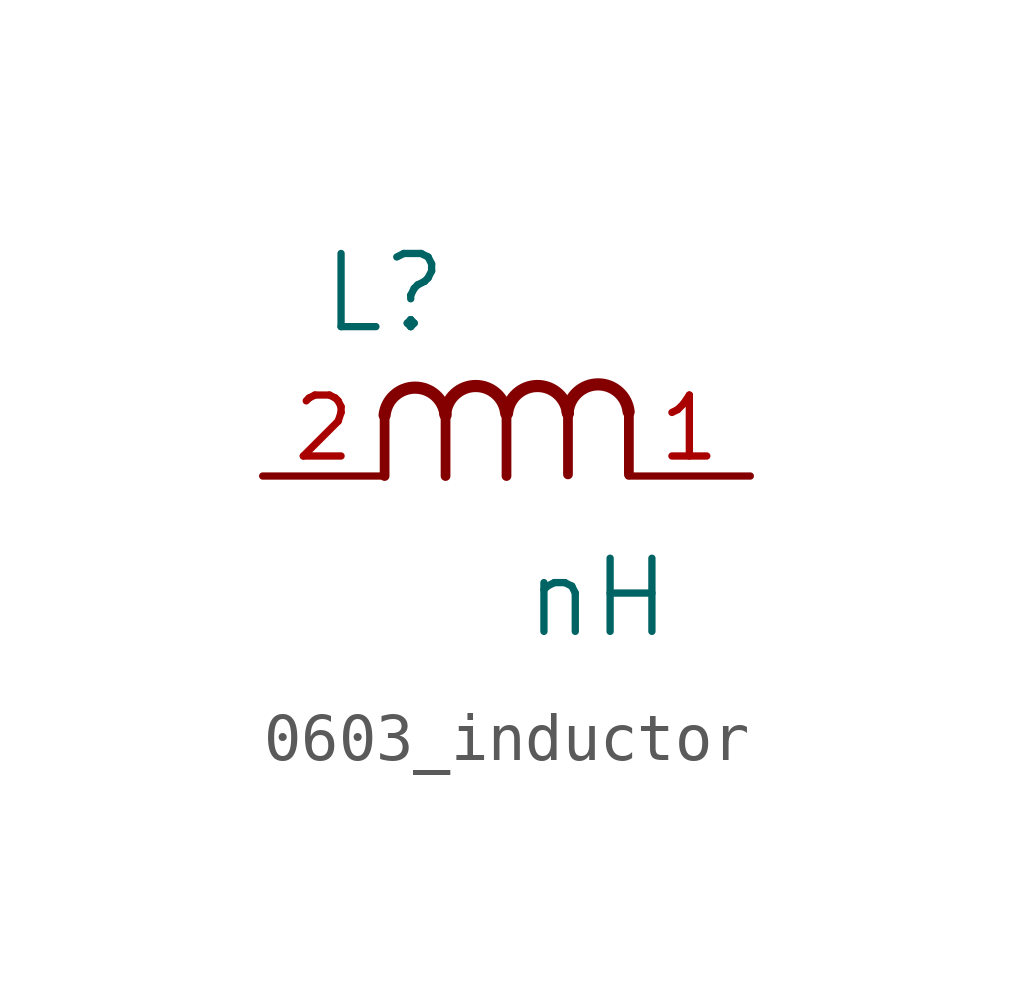
<source format=kicad_sym>
(kicad_symbol_lib
  (version 20220914)
  (generator kicad_symbol_editor)
  (symbol "0603_inductor"
    (pin_names
      (offset 0.254))
    (property "Reference" "L"
      (at 2.54 3.81 0)
      (effects (font (size 1.524 1.524))))
    (property "Value" "nH"
      (at 6.985 -2.54 0)
      (effects (font (size 1.524 1.524))))
    (symbol "0603_inductor_0_1"
      (polyline (pts (xy 2.54 0) (xy 2.54 1.27)) (stroke (width 0.203) (type default)) (fill (type none)))
      (polyline (pts (xy 3.81 0) (xy 3.81 1.27)) (stroke (width 0.203) (type default)) (fill (type none)))
      (polyline (pts (xy 5.08 0) (xy 5.08 1.27)) (stroke (width 0.203) (type default)) (fill (type none)))
      (polyline (pts (xy 6.361 0.034) (xy 6.361 1.304)) (stroke (width 0.203) (type default)) (fill (type none)))
      (polyline (pts (xy 7.63 0.034) (xy 7.63 1.304)) (stroke (width 0.203) (type default)) (fill (type none)))
      (arc (start 3.81 1.27) (mid 3.175 1.8417) (end 2.54 1.27) (stroke (width 0.254) (type default)) (fill (type none)))
      (arc (start 5.0742 1.3041) (mid 4.4392 1.8758) (end 3.8042 1.3041) (stroke (width 0.254) (type default)) (fill (type none)))
      (arc (start 6.3605 1.3041) (mid 5.7255 1.8758) (end 5.0905 1.3041) (stroke (width 0.254) (type default)) (fill (type none)))
      (arc (start 7.6247 1.3382) (mid 6.9897 1.9099) (end 6.3547 1.3382) (stroke (width 0.254) (type default)) (fill (type none))))
    (symbol "0603_inductor_1_1"
      (pin unspecified line (at 10.16 0 180) (length 2.54) (name "" (effects (font (size 1.27 1.27)))) (number "1" (effects (font (size 1.27 1.27)))))
      (pin unspecified line (at 0 0 0) (length 2.54) (name "" (effects (font (size 1.27 1.27)))) (number "2" (effects (font (size 1.27 1.27))))))))
</source>
